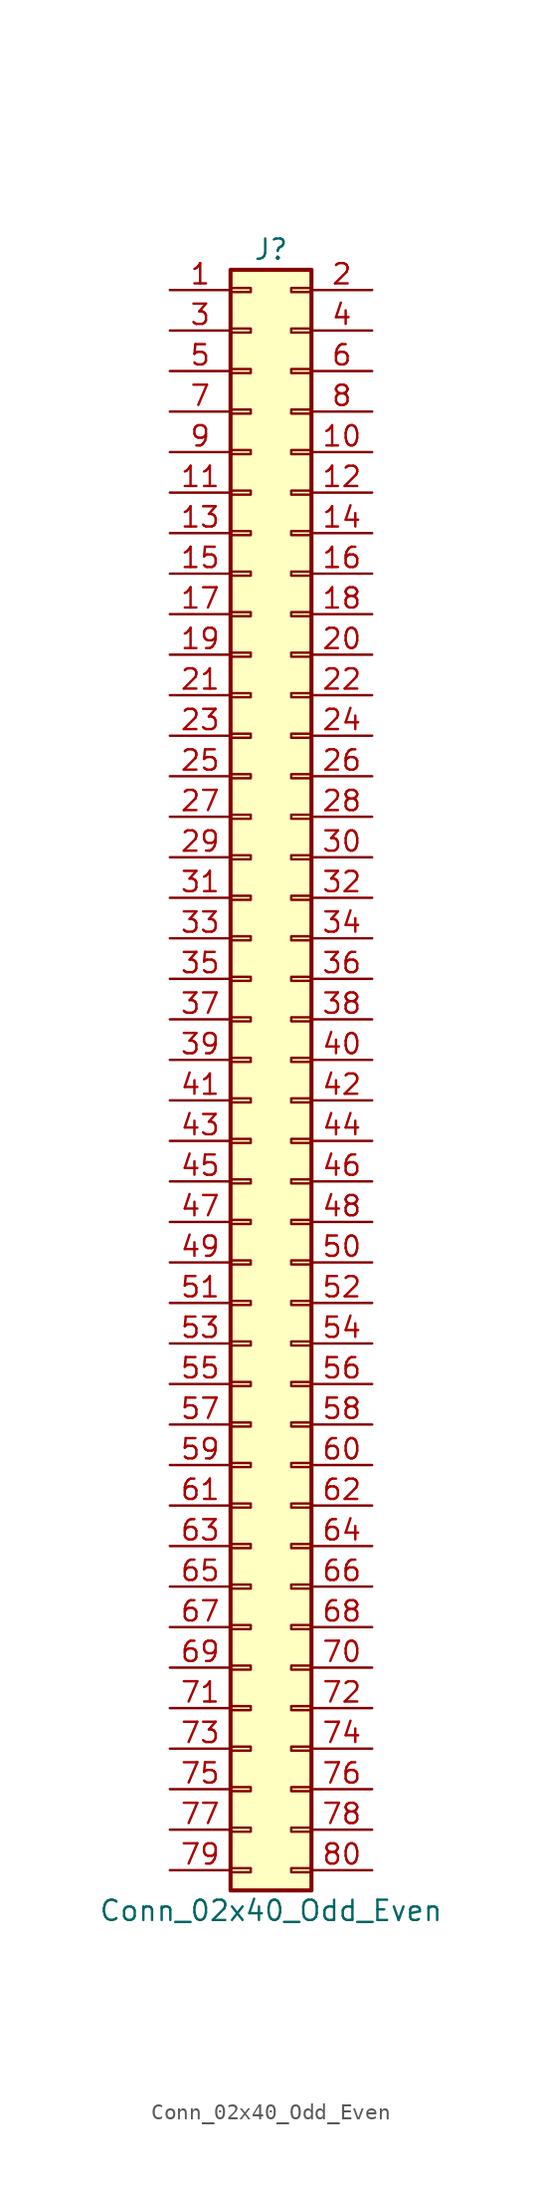
<source format=kicad_sym>
(kicad_symbol_lib
  (version 20220914)
  (generator kicad_symbol_editor)
  (symbol "Conn_02x40_Odd_Even"
    (pin_names
      (offset 1.016) hide)
    (property "Reference" "J"
      (at 1.27 50.8 0)
      (effects (font (size 1.27 1.27))))
    (property "Value" "Conn_02x40_Odd_Even"
      (at 1.27 -53.34 0)
      (effects (font (size 1.27 1.27))))
    (symbol "Conn_02x40_Odd_Even_1_1"
      (rectangle (start -1.27 -50.673) (end 0 -50.927) (stroke (width 0.152) (type default)) (fill (type none)))
      (rectangle (start -1.27 -48.133) (end 0 -48.387) (stroke (width 0.152) (type default)) (fill (type none)))
      (rectangle (start -1.27 -45.593) (end 0 -45.847) (stroke (width 0.152) (type default)) (fill (type none)))
      (rectangle (start -1.27 -43.053) (end 0 -43.307) (stroke (width 0.152) (type default)) (fill (type none)))
      (rectangle (start -1.27 -40.513) (end 0 -40.767) (stroke (width 0.152) (type default)) (fill (type none)))
      (rectangle (start -1.27 -37.973) (end 0 -38.227) (stroke (width 0.152) (type default)) (fill (type none)))
      (rectangle (start -1.27 -35.433) (end 0 -35.687) (stroke (width 0.152) (type default)) (fill (type none)))
      (rectangle (start -1.27 -32.893) (end 0 -33.147) (stroke (width 0.152) (type default)) (fill (type none)))
      (rectangle (start -1.27 -30.353) (end 0 -30.607) (stroke (width 0.152) (type default)) (fill (type none)))
      (rectangle (start -1.27 -27.813) (end 0 -28.067) (stroke (width 0.152) (type default)) (fill (type none)))
      (rectangle (start -1.27 -25.273) (end 0 -25.527) (stroke (width 0.152) (type default)) (fill (type none)))
      (rectangle (start -1.27 -22.733) (end 0 -22.987) (stroke (width 0.152) (type default)) (fill (type none)))
      (rectangle (start -1.27 -20.193) (end 0 -20.447) (stroke (width 0.152) (type default)) (fill (type none)))
      (rectangle (start -1.27 -17.653) (end 0 -17.907) (stroke (width 0.152) (type default)) (fill (type none)))
      (rectangle (start -1.27 -15.113) (end 0 -15.367) (stroke (width 0.152) (type default)) (fill (type none)))
      (rectangle (start -1.27 -12.573) (end 0 -12.827) (stroke (width 0.152) (type default)) (fill (type none)))
      (rectangle (start -1.27 -10.033) (end 0 -10.287) (stroke (width 0.152) (type default)) (fill (type none)))
      (rectangle (start -1.27 -7.493) (end 0 -7.747) (stroke (width 0.152) (type default)) (fill (type none)))
      (rectangle (start -1.27 -4.953) (end 0 -5.207) (stroke (width 0.152) (type default)) (fill (type none)))
      (rectangle (start -1.27 -2.413) (end 0 -2.667) (stroke (width 0.152) (type default)) (fill (type none)))
      (rectangle (start -1.27 0.127) (end 0 -0.127) (stroke (width 0.152) (type default)) (fill (type none)))
      (rectangle (start -1.27 2.667) (end 0 2.413) (stroke (width 0.152) (type default)) (fill (type none)))
      (rectangle (start -1.27 5.207) (end 0 4.953) (stroke (width 0.152) (type default)) (fill (type none)))
      (rectangle (start -1.27 7.747) (end 0 7.493) (stroke (width 0.152) (type default)) (fill (type none)))
      (rectangle (start -1.27 10.287) (end 0 10.033) (stroke (width 0.152) (type default)) (fill (type none)))
      (rectangle (start -1.27 12.827) (end 0 12.573) (stroke (width 0.152) (type default)) (fill (type none)))
      (rectangle (start -1.27 15.367) (end 0 15.113) (stroke (width 0.152) (type default)) (fill (type none)))
      (rectangle (start -1.27 17.907) (end 0 17.653) (stroke (width 0.152) (type default)) (fill (type none)))
      (rectangle (start -1.27 20.447) (end 0 20.193) (stroke (width 0.152) (type default)) (fill (type none)))
      (rectangle (start -1.27 22.987) (end 0 22.733) (stroke (width 0.152) (type default)) (fill (type none)))
      (rectangle (start -1.27 25.527) (end 0 25.273) (stroke (width 0.152) (type default)) (fill (type none)))
      (rectangle (start -1.27 28.067) (end 0 27.813) (stroke (width 0.152) (type default)) (fill (type none)))
      (rectangle (start -1.27 30.607) (end 0 30.353) (stroke (width 0.152) (type default)) (fill (type none)))
      (rectangle (start -1.27 33.147) (end 0 32.893) (stroke (width 0.152) (type default)) (fill (type none)))
      (rectangle (start -1.27 35.687) (end 0 35.433) (stroke (width 0.152) (type default)) (fill (type none)))
      (rectangle (start -1.27 38.227) (end 0 37.973) (stroke (width 0.152) (type default)) (fill (type none)))
      (rectangle (start -1.27 40.767) (end 0 40.513) (stroke (width 0.152) (type default)) (fill (type none)))
      (rectangle (start -1.27 43.307) (end 0 43.053) (stroke (width 0.152) (type default)) (fill (type none)))
      (rectangle (start -1.27 45.847) (end 0 45.593) (stroke (width 0.152) (type default)) (fill (type none)))
      (rectangle (start -1.27 48.387) (end 0 48.133) (stroke (width 0.152) (type default)) (fill (type none)))
      (rectangle (start -1.27 49.53) (end 3.81 -52.07) (stroke (width 0.254) (type default)) (fill (type background)))
      (rectangle (start 3.81 -50.673) (end 2.54 -50.927) (stroke (width 0.152) (type default)) (fill (type none)))
      (rectangle (start 3.81 -48.133) (end 2.54 -48.387) (stroke (width 0.152) (type default)) (fill (type none)))
      (rectangle (start 3.81 -45.593) (end 2.54 -45.847) (stroke (width 0.152) (type default)) (fill (type none)))
      (rectangle (start 3.81 -43.053) (end 2.54 -43.307) (stroke (width 0.152) (type default)) (fill (type none)))
      (rectangle (start 3.81 -40.513) (end 2.54 -40.767) (stroke (width 0.152) (type default)) (fill (type none)))
      (rectangle (start 3.81 -37.973) (end 2.54 -38.227) (stroke (width 0.152) (type default)) (fill (type none)))
      (rectangle (start 3.81 -35.433) (end 2.54 -35.687) (stroke (width 0.152) (type default)) (fill (type none)))
      (rectangle (start 3.81 -32.893) (end 2.54 -33.147) (stroke (width 0.152) (type default)) (fill (type none)))
      (rectangle (start 3.81 -30.353) (end 2.54 -30.607) (stroke (width 0.152) (type default)) (fill (type none)))
      (rectangle (start 3.81 -27.813) (end 2.54 -28.067) (stroke (width 0.152) (type default)) (fill (type none)))
      (rectangle (start 3.81 -25.273) (end 2.54 -25.527) (stroke (width 0.152) (type default)) (fill (type none)))
      (rectangle (start 3.81 -22.733) (end 2.54 -22.987) (stroke (width 0.152) (type default)) (fill (type none)))
      (rectangle (start 3.81 -20.193) (end 2.54 -20.447) (stroke (width 0.152) (type default)) (fill (type none)))
      (rectangle (start 3.81 -17.653) (end 2.54 -17.907) (stroke (width 0.152) (type default)) (fill (type none)))
      (rectangle (start 3.81 -15.113) (end 2.54 -15.367) (stroke (width 0.152) (type default)) (fill (type none)))
      (rectangle (start 3.81 -12.573) (end 2.54 -12.827) (stroke (width 0.152) (type default)) (fill (type none)))
      (rectangle (start 3.81 -10.033) (end 2.54 -10.287) (stroke (width 0.152) (type default)) (fill (type none)))
      (rectangle (start 3.81 -7.493) (end 2.54 -7.747) (stroke (width 0.152) (type default)) (fill (type none)))
      (rectangle (start 3.81 -4.953) (end 2.54 -5.207) (stroke (width 0.152) (type default)) (fill (type none)))
      (rectangle (start 3.81 -2.413) (end 2.54 -2.667) (stroke (width 0.152) (type default)) (fill (type none)))
      (rectangle (start 3.81 0.127) (end 2.54 -0.127) (stroke (width 0.152) (type default)) (fill (type none)))
      (rectangle (start 3.81 2.667) (end 2.54 2.413) (stroke (width 0.152) (type default)) (fill (type none)))
      (rectangle (start 3.81 5.207) (end 2.54 4.953) (stroke (width 0.152) (type default)) (fill (type none)))
      (rectangle (start 3.81 7.747) (end 2.54 7.493) (stroke (width 0.152) (type default)) (fill (type none)))
      (rectangle (start 3.81 10.287) (end 2.54 10.033) (stroke (width 0.152) (type default)) (fill (type none)))
      (rectangle (start 3.81 12.827) (end 2.54 12.573) (stroke (width 0.152) (type default)) (fill (type none)))
      (rectangle (start 3.81 15.367) (end 2.54 15.113) (stroke (width 0.152) (type default)) (fill (type none)))
      (rectangle (start 3.81 17.907) (end 2.54 17.653) (stroke (width 0.152) (type default)) (fill (type none)))
      (rectangle (start 3.81 20.447) (end 2.54 20.193) (stroke (width 0.152) (type default)) (fill (type none)))
      (rectangle (start 3.81 22.987) (end 2.54 22.733) (stroke (width 0.152) (type default)) (fill (type none)))
      (rectangle (start 3.81 25.527) (end 2.54 25.273) (stroke (width 0.152) (type default)) (fill (type none)))
      (rectangle (start 3.81 28.067) (end 2.54 27.813) (stroke (width 0.152) (type default)) (fill (type none)))
      (rectangle (start 3.81 30.607) (end 2.54 30.353) (stroke (width 0.152) (type default)) (fill (type none)))
      (rectangle (start 3.81 33.147) (end 2.54 32.893) (stroke (width 0.152) (type default)) (fill (type none)))
      (rectangle (start 3.81 35.687) (end 2.54 35.433) (stroke (width 0.152) (type default)) (fill (type none)))
      (rectangle (start 3.81 38.227) (end 2.54 37.973) (stroke (width 0.152) (type default)) (fill (type none)))
      (rectangle (start 3.81 40.767) (end 2.54 40.513) (stroke (width 0.152) (type default)) (fill (type none)))
      (rectangle (start 3.81 43.307) (end 2.54 43.053) (stroke (width 0.152) (type default)) (fill (type none)))
      (rectangle (start 3.81 45.847) (end 2.54 45.593) (stroke (width 0.152) (type default)) (fill (type none)))
      (rectangle (start 3.81 48.387) (end 2.54 48.133) (stroke (width 0.152) (type default)) (fill (type none)))
      (pin passive line (at -5.08 48.26 0) (length 3.81) (name "Pin_1" (effects (font (size 1.27 1.27)))) (number "1" (effects (font (size 1.27 1.27)))))
      (pin passive line (at 7.62 38.1 180) (length 3.81) (name "Pin_10" (effects (font (size 1.27 1.27)))) (number "10" (effects (font (size 1.27 1.27)))))
      (pin passive line (at -5.08 35.56 0) (length 3.81) (name "Pin_11" (effects (font (size 1.27 1.27)))) (number "11" (effects (font (size 1.27 1.27)))))
      (pin passive line (at 7.62 35.56 180) (length 3.81) (name "Pin_12" (effects (font (size 1.27 1.27)))) (number "12" (effects (font (size 1.27 1.27)))))
      (pin passive line (at -5.08 33.02 0) (length 3.81) (name "Pin_13" (effects (font (size 1.27 1.27)))) (number "13" (effects (font (size 1.27 1.27)))))
      (pin passive line (at 7.62 33.02 180) (length 3.81) (name "Pin_14" (effects (font (size 1.27 1.27)))) (number "14" (effects (font (size 1.27 1.27)))))
      (pin passive line (at -5.08 30.48 0) (length 3.81) (name "Pin_15" (effects (font (size 1.27 1.27)))) (number "15" (effects (font (size 1.27 1.27)))))
      (pin passive line (at 7.62 30.48 180) (length 3.81) (name "Pin_16" (effects (font (size 1.27 1.27)))) (number "16" (effects (font (size 1.27 1.27)))))
      (pin passive line (at -5.08 27.94 0) (length 3.81) (name "Pin_17" (effects (font (size 1.27 1.27)))) (number "17" (effects (font (size 1.27 1.27)))))
      (pin passive line (at 7.62 27.94 180) (length 3.81) (name "Pin_18" (effects (font (size 1.27 1.27)))) (number "18" (effects (font (size 1.27 1.27)))))
      (pin passive line (at -5.08 25.4 0) (length 3.81) (name "Pin_19" (effects (font (size 1.27 1.27)))) (number "19" (effects (font (size 1.27 1.27)))))
      (pin passive line (at 7.62 48.26 180) (length 3.81) (name "Pin_2" (effects (font (size 1.27 1.27)))) (number "2" (effects (font (size 1.27 1.27)))))
      (pin passive line (at 7.62 25.4 180) (length 3.81) (name "Pin_20" (effects (font (size 1.27 1.27)))) (number "20" (effects (font (size 1.27 1.27)))))
      (pin passive line (at -5.08 22.86 0) (length 3.81) (name "Pin_21" (effects (font (size 1.27 1.27)))) (number "21" (effects (font (size 1.27 1.27)))))
      (pin passive line (at 7.62 22.86 180) (length 3.81) (name "Pin_22" (effects (font (size 1.27 1.27)))) (number "22" (effects (font (size 1.27 1.27)))))
      (pin passive line (at -5.08 20.32 0) (length 3.81) (name "Pin_23" (effects (font (size 1.27 1.27)))) (number "23" (effects (font (size 1.27 1.27)))))
      (pin passive line (at 7.62 20.32 180) (length 3.81) (name "Pin_24" (effects (font (size 1.27 1.27)))) (number "24" (effects (font (size 1.27 1.27)))))
      (pin passive line (at -5.08 17.78 0) (length 3.81) (name "Pin_25" (effects (font (size 1.27 1.27)))) (number "25" (effects (font (size 1.27 1.27)))))
      (pin passive line (at 7.62 17.78 180) (length 3.81) (name "Pin_26" (effects (font (size 1.27 1.27)))) (number "26" (effects (font (size 1.27 1.27)))))
      (pin passive line (at -5.08 15.24 0) (length 3.81) (name "Pin_27" (effects (font (size 1.27 1.27)))) (number "27" (effects (font (size 1.27 1.27)))))
      (pin passive line (at 7.62 15.24 180) (length 3.81) (name "Pin_28" (effects (font (size 1.27 1.27)))) (number "28" (effects (font (size 1.27 1.27)))))
      (pin passive line (at -5.08 12.7 0) (length 3.81) (name "Pin_29" (effects (font (size 1.27 1.27)))) (number "29" (effects (font (size 1.27 1.27)))))
      (pin passive line (at -5.08 45.72 0) (length 3.81) (name "Pin_3" (effects (font (size 1.27 1.27)))) (number "3" (effects (font (size 1.27 1.27)))))
      (pin passive line (at 7.62 12.7 180) (length 3.81) (name "Pin_30" (effects (font (size 1.27 1.27)))) (number "30" (effects (font (size 1.27 1.27)))))
      (pin passive line (at -5.08 10.16 0) (length 3.81) (name "Pin_31" (effects (font (size 1.27 1.27)))) (number "31" (effects (font (size 1.27 1.27)))))
      (pin passive line (at 7.62 10.16 180) (length 3.81) (name "Pin_32" (effects (font (size 1.27 1.27)))) (number "32" (effects (font (size 1.27 1.27)))))
      (pin passive line (at -5.08 7.62 0) (length 3.81) (name "Pin_33" (effects (font (size 1.27 1.27)))) (number "33" (effects (font (size 1.27 1.27)))))
      (pin passive line (at 7.62 7.62 180) (length 3.81) (name "Pin_34" (effects (font (size 1.27 1.27)))) (number "34" (effects (font (size 1.27 1.27)))))
      (pin passive line (at -5.08 5.08 0) (length 3.81) (name "Pin_35" (effects (font (size 1.27 1.27)))) (number "35" (effects (font (size 1.27 1.27)))))
      (pin passive line (at 7.62 5.08 180) (length 3.81) (name "Pin_36" (effects (font (size 1.27 1.27)))) (number "36" (effects (font (size 1.27 1.27)))))
      (pin passive line (at -5.08 2.54 0) (length 3.81) (name "Pin_37" (effects (font (size 1.27 1.27)))) (number "37" (effects (font (size 1.27 1.27)))))
      (pin passive line (at 7.62 2.54 180) (length 3.81) (name "Pin_38" (effects (font (size 1.27 1.27)))) (number "38" (effects (font (size 1.27 1.27)))))
      (pin passive line (at -5.08 0 0) (length 3.81) (name "Pin_39" (effects (font (size 1.27 1.27)))) (number "39" (effects (font (size 1.27 1.27)))))
      (pin passive line (at 7.62 45.72 180) (length 3.81) (name "Pin_4" (effects (font (size 1.27 1.27)))) (number "4" (effects (font (size 1.27 1.27)))))
      (pin passive line (at 7.62 0 180) (length 3.81) (name "Pin_40" (effects (font (size 1.27 1.27)))) (number "40" (effects (font (size 1.27 1.27)))))
      (pin passive line (at -5.08 -2.54 0) (length 3.81) (name "Pin_41" (effects (font (size 1.27 1.27)))) (number "41" (effects (font (size 1.27 1.27)))))
      (pin passive line (at 7.62 -2.54 180) (length 3.81) (name "Pin_42" (effects (font (size 1.27 1.27)))) (number "42" (effects (font (size 1.27 1.27)))))
      (pin passive line (at -5.08 -5.08 0) (length 3.81) (name "Pin_43" (effects (font (size 1.27 1.27)))) (number "43" (effects (font (size 1.27 1.27)))))
      (pin passive line (at 7.62 -5.08 180) (length 3.81) (name "Pin_44" (effects (font (size 1.27 1.27)))) (number "44" (effects (font (size 1.27 1.27)))))
      (pin passive line (at -5.08 -7.62 0) (length 3.81) (name "Pin_45" (effects (font (size 1.27 1.27)))) (number "45" (effects (font (size 1.27 1.27)))))
      (pin passive line (at 7.62 -7.62 180) (length 3.81) (name "Pin_46" (effects (font (size 1.27 1.27)))) (number "46" (effects (font (size 1.27 1.27)))))
      (pin passive line (at -5.08 -10.16 0) (length 3.81) (name "Pin_47" (effects (font (size 1.27 1.27)))) (number "47" (effects (font (size 1.27 1.27)))))
      (pin passive line (at 7.62 -10.16 180) (length 3.81) (name "Pin_48" (effects (font (size 1.27 1.27)))) (number "48" (effects (font (size 1.27 1.27)))))
      (pin passive line (at -5.08 -12.7 0) (length 3.81) (name "Pin_49" (effects (font (size 1.27 1.27)))) (number "49" (effects (font (size 1.27 1.27)))))
      (pin passive line (at -5.08 43.18 0) (length 3.81) (name "Pin_5" (effects (font (size 1.27 1.27)))) (number "5" (effects (font (size 1.27 1.27)))))
      (pin passive line (at 7.62 -12.7 180) (length 3.81) (name "Pin_50" (effects (font (size 1.27 1.27)))) (number "50" (effects (font (size 1.27 1.27)))))
      (pin passive line (at -5.08 -15.24 0) (length 3.81) (name "Pin_51" (effects (font (size 1.27 1.27)))) (number "51" (effects (font (size 1.27 1.27)))))
      (pin passive line (at 7.62 -15.24 180) (length 3.81) (name "Pin_52" (effects (font (size 1.27 1.27)))) (number "52" (effects (font (size 1.27 1.27)))))
      (pin passive line (at -5.08 -17.78 0) (length 3.81) (name "Pin_53" (effects (font (size 1.27 1.27)))) (number "53" (effects (font (size 1.27 1.27)))))
      (pin passive line (at 7.62 -17.78 180) (length 3.81) (name "Pin_54" (effects (font (size 1.27 1.27)))) (number "54" (effects (font (size 1.27 1.27)))))
      (pin passive line (at -5.08 -20.32 0) (length 3.81) (name "Pin_55" (effects (font (size 1.27 1.27)))) (number "55" (effects (font (size 1.27 1.27)))))
      (pin passive line (at 7.62 -20.32 180) (length 3.81) (name "Pin_56" (effects (font (size 1.27 1.27)))) (number "56" (effects (font (size 1.27 1.27)))))
      (pin passive line (at -5.08 -22.86 0) (length 3.81) (name "Pin_57" (effects (font (size 1.27 1.27)))) (number "57" (effects (font (size 1.27 1.27)))))
      (pin passive line (at 7.62 -22.86 180) (length 3.81) (name "Pin_58" (effects (font (size 1.27 1.27)))) (number "58" (effects (font (size 1.27 1.27)))))
      (pin passive line (at -5.08 -25.4 0) (length 3.81) (name "Pin_59" (effects (font (size 1.27 1.27)))) (number "59" (effects (font (size 1.27 1.27)))))
      (pin passive line (at 7.62 43.18 180) (length 3.81) (name "Pin_6" (effects (font (size 1.27 1.27)))) (number "6" (effects (font (size 1.27 1.27)))))
      (pin passive line (at 7.62 -25.4 180) (length 3.81) (name "Pin_60" (effects (font (size 1.27 1.27)))) (number "60" (effects (font (size 1.27 1.27)))))
      (pin passive line (at -5.08 -27.94 0) (length 3.81) (name "Pin_61" (effects (font (size 1.27 1.27)))) (number "61" (effects (font (size 1.27 1.27)))))
      (pin passive line (at 7.62 -27.94 180) (length 3.81) (name "Pin_62" (effects (font (size 1.27 1.27)))) (number "62" (effects (font (size 1.27 1.27)))))
      (pin passive line (at -5.08 -30.48 0) (length 3.81) (name "Pin_63" (effects (font (size 1.27 1.27)))) (number "63" (effects (font (size 1.27 1.27)))))
      (pin passive line (at 7.62 -30.48 180) (length 3.81) (name "Pin_64" (effects (font (size 1.27 1.27)))) (number "64" (effects (font (size 1.27 1.27)))))
      (pin passive line (at -5.08 -33.02 0) (length 3.81) (name "Pin_65" (effects (font (size 1.27 1.27)))) (number "65" (effects (font (size 1.27 1.27)))))
      (pin passive line (at 7.62 -33.02 180) (length 3.81) (name "Pin_66" (effects (font (size 1.27 1.27)))) (number "66" (effects (font (size 1.27 1.27)))))
      (pin passive line (at -5.08 -35.56 0) (length 3.81) (name "Pin_67" (effects (font (size 1.27 1.27)))) (number "67" (effects (font (size 1.27 1.27)))))
      (pin passive line (at 7.62 -35.56 180) (length 3.81) (name "Pin_68" (effects (font (size 1.27 1.27)))) (number "68" (effects (font (size 1.27 1.27)))))
      (pin passive line (at -5.08 -38.1 0) (length 3.81) (name "Pin_69" (effects (font (size 1.27 1.27)))) (number "69" (effects (font (size 1.27 1.27)))))
      (pin passive line (at -5.08 40.64 0) (length 3.81) (name "Pin_7" (effects (font (size 1.27 1.27)))) (number "7" (effects (font (size 1.27 1.27)))))
      (pin passive line (at 7.62 -38.1 180) (length 3.81) (name "Pin_70" (effects (font (size 1.27 1.27)))) (number "70" (effects (font (size 1.27 1.27)))))
      (pin passive line (at -5.08 -40.64 0) (length 3.81) (name "Pin_71" (effects (font (size 1.27 1.27)))) (number "71" (effects (font (size 1.27 1.27)))))
      (pin passive line (at 7.62 -40.64 180) (length 3.81) (name "Pin_72" (effects (font (size 1.27 1.27)))) (number "72" (effects (font (size 1.27 1.27)))))
      (pin passive line (at -5.08 -43.18 0) (length 3.81) (name "Pin_73" (effects (font (size 1.27 1.27)))) (number "73" (effects (font (size 1.27 1.27)))))
      (pin passive line (at 7.62 -43.18 180) (length 3.81) (name "Pin_74" (effects (font (size 1.27 1.27)))) (number "74" (effects (font (size 1.27 1.27)))))
      (pin passive line (at -5.08 -45.72 0) (length 3.81) (name "Pin_75" (effects (font (size 1.27 1.27)))) (number "75" (effects (font (size 1.27 1.27)))))
      (pin passive line (at 7.62 -45.72 180) (length 3.81) (name "Pin_76" (effects (font (size 1.27 1.27)))) (number "76" (effects (font (size 1.27 1.27)))))
      (pin passive line (at -5.08 -48.26 0) (length 3.81) (name "Pin_77" (effects (font (size 1.27 1.27)))) (number "77" (effects (font (size 1.27 1.27)))))
      (pin passive line (at 7.62 -48.26 180) (length 3.81) (name "Pin_78" (effects (font (size 1.27 1.27)))) (number "78" (effects (font (size 1.27 1.27)))))
      (pin passive line (at -5.08 -50.8 0) (length 3.81) (name "Pin_79" (effects (font (size 1.27 1.27)))) (number "79" (effects (font (size 1.27 1.27)))))
      (pin passive line (at 7.62 40.64 180) (length 3.81) (name "Pin_8" (effects (font (size 1.27 1.27)))) (number "8" (effects (font (size 1.27 1.27)))))
      (pin passive line (at 7.62 -50.8 180) (length 3.81) (name "Pin_80" (effects (font (size 1.27 1.27)))) (number "80" (effects (font (size 1.27 1.27)))))
      (pin passive line (at -5.08 38.1 0) (length 3.81) (name "Pin_9" (effects (font (size 1.27 1.27)))) (number "9" (effects (font (size 1.27 1.27))))))))
</source>
